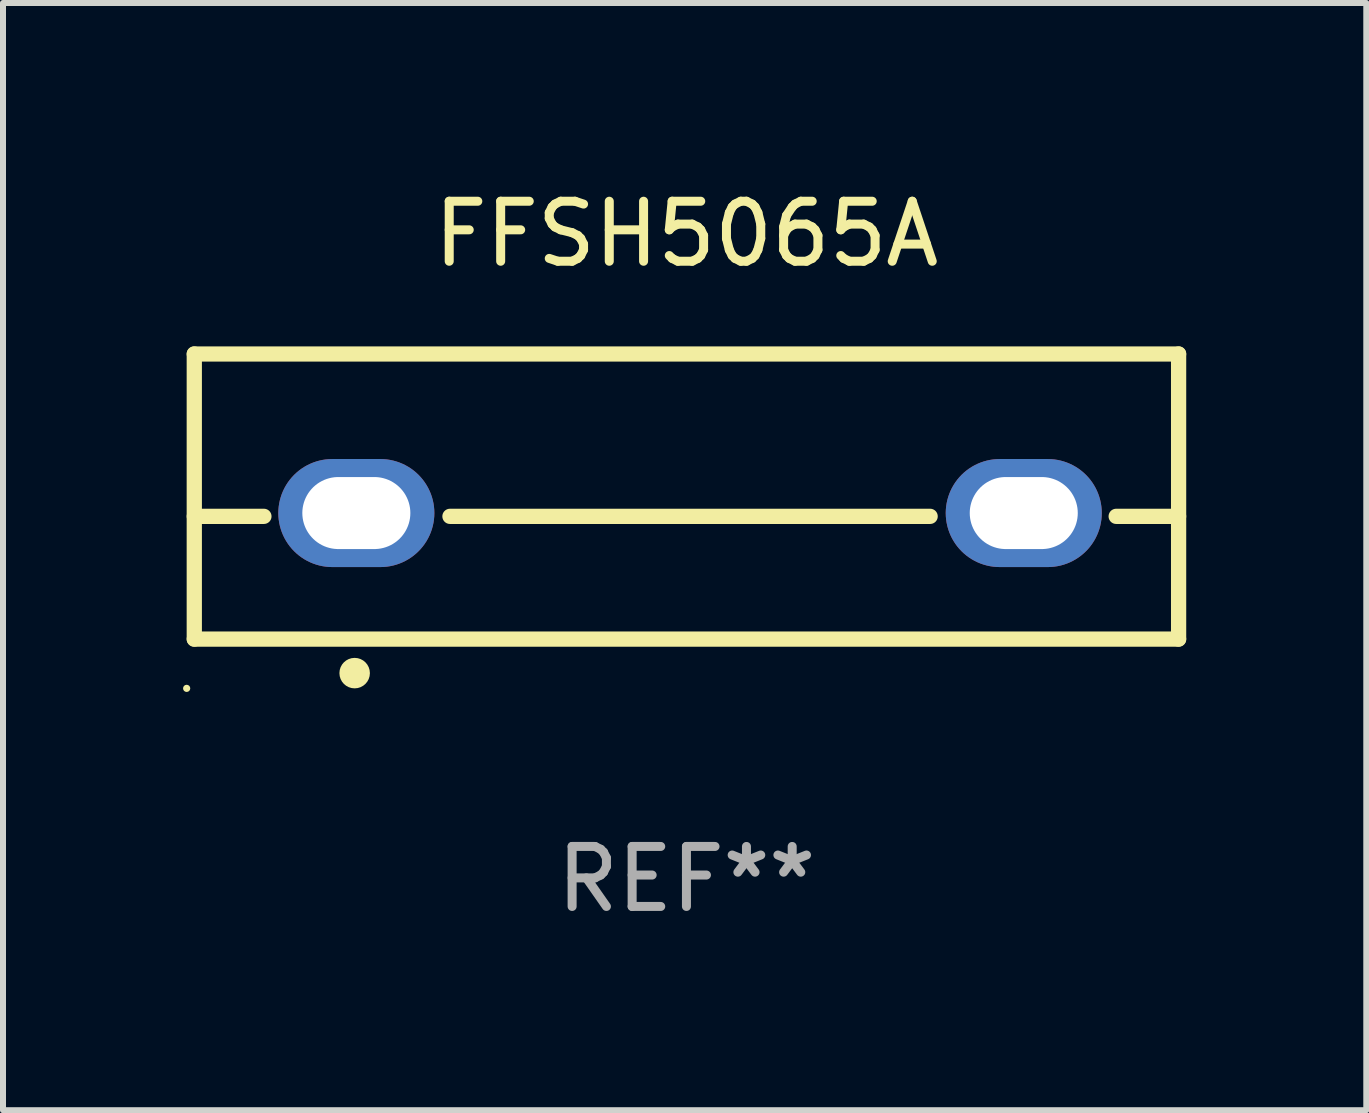
<source format=kicad_pcb>
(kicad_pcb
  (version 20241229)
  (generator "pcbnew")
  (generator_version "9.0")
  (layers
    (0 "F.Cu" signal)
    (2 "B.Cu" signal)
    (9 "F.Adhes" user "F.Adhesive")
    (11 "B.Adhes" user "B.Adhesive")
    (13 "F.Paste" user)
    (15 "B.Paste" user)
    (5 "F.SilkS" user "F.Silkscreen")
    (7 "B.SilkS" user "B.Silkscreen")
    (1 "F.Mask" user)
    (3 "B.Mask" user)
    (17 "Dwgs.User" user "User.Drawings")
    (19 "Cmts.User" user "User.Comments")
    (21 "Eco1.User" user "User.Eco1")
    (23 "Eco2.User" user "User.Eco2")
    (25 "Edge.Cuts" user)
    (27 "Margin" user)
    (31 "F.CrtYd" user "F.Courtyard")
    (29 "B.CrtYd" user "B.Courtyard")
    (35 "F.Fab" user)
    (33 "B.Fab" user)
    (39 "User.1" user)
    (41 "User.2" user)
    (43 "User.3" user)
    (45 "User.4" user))
  (footprint "FFSH5065A"
    (layer "F.Cu")
    (at 8.387 5.223)
    (property "Reference" "FFSH5065A" (at 0 -4.375 0) (layer "F.SilkS") (effects (font (size 1 1) (thickness 0.15))))
    (attr through_hole)
    (fp_line (start -8.2 -2.375) (end -8.2 2.375) (stroke (width 0.254) (type solid)) (layer "F.SilkS"))
    (fp_line (start -8.2 -2.375) (end 8.2 -2.375) (stroke (width 0.254) (type solid)) (layer "F.SilkS"))
    (fp_line (start -8.2 0.33) (end -7.04 0.33) (stroke (width 0.254) (type solid)) (layer "F.SilkS"))
    (fp_line (start -8.2 2.375) (end 8.2 2.375) (stroke (width 0.254) (type solid)) (layer "F.SilkS"))
    (fp_line (start -3.94 0.33) (end 4.06 0.33) (stroke (width 0.254) (type solid)) (layer "F.SilkS"))
    (fp_line (start 7.16 0.33) (end 8.2 0.33) (stroke (width 0.254) (type solid)) (layer "F.SilkS"))
    (fp_line (start 8.2 -2.375) (end 8.2 2.375) (stroke (width 0.254) (type solid)) (layer "F.SilkS"))
    (fp_circle (center -8.327 3.196) (end -8.297 3.196) (stroke (width 0.06) (type solid)) (fill no) (layer "F.SilkS"))
    (fp_circle (center -5.528 2.942) (end -5.401 2.942) (stroke (width 0.254) (type solid)) (fill no) (layer "F.SilkS"))
    (fp_text user "REF**" (at 0 6.375 0) (layer "F.Fab") (effects (font (size 1 1) (thickness 0.15))))
    (pad "1" thru_hole oval (at -5.5 0.275) (size 2.6 1.8) (drill oval 1.8 1.2) (layers "*.Cu" "*.Mask"))
    (pad "2" thru_hole oval (at 5.62 0.275) (size 2.6 1.8) (drill oval 1.8 1.2) (layers "*.Cu" "*.Mask")))
  (gr_rect
    (start -3 -3)
    (end 19.714 15.447)
    (stroke (width 0.1) (type default))
    (fill no)
    (layer "Edge.Cuts")))
</source>
